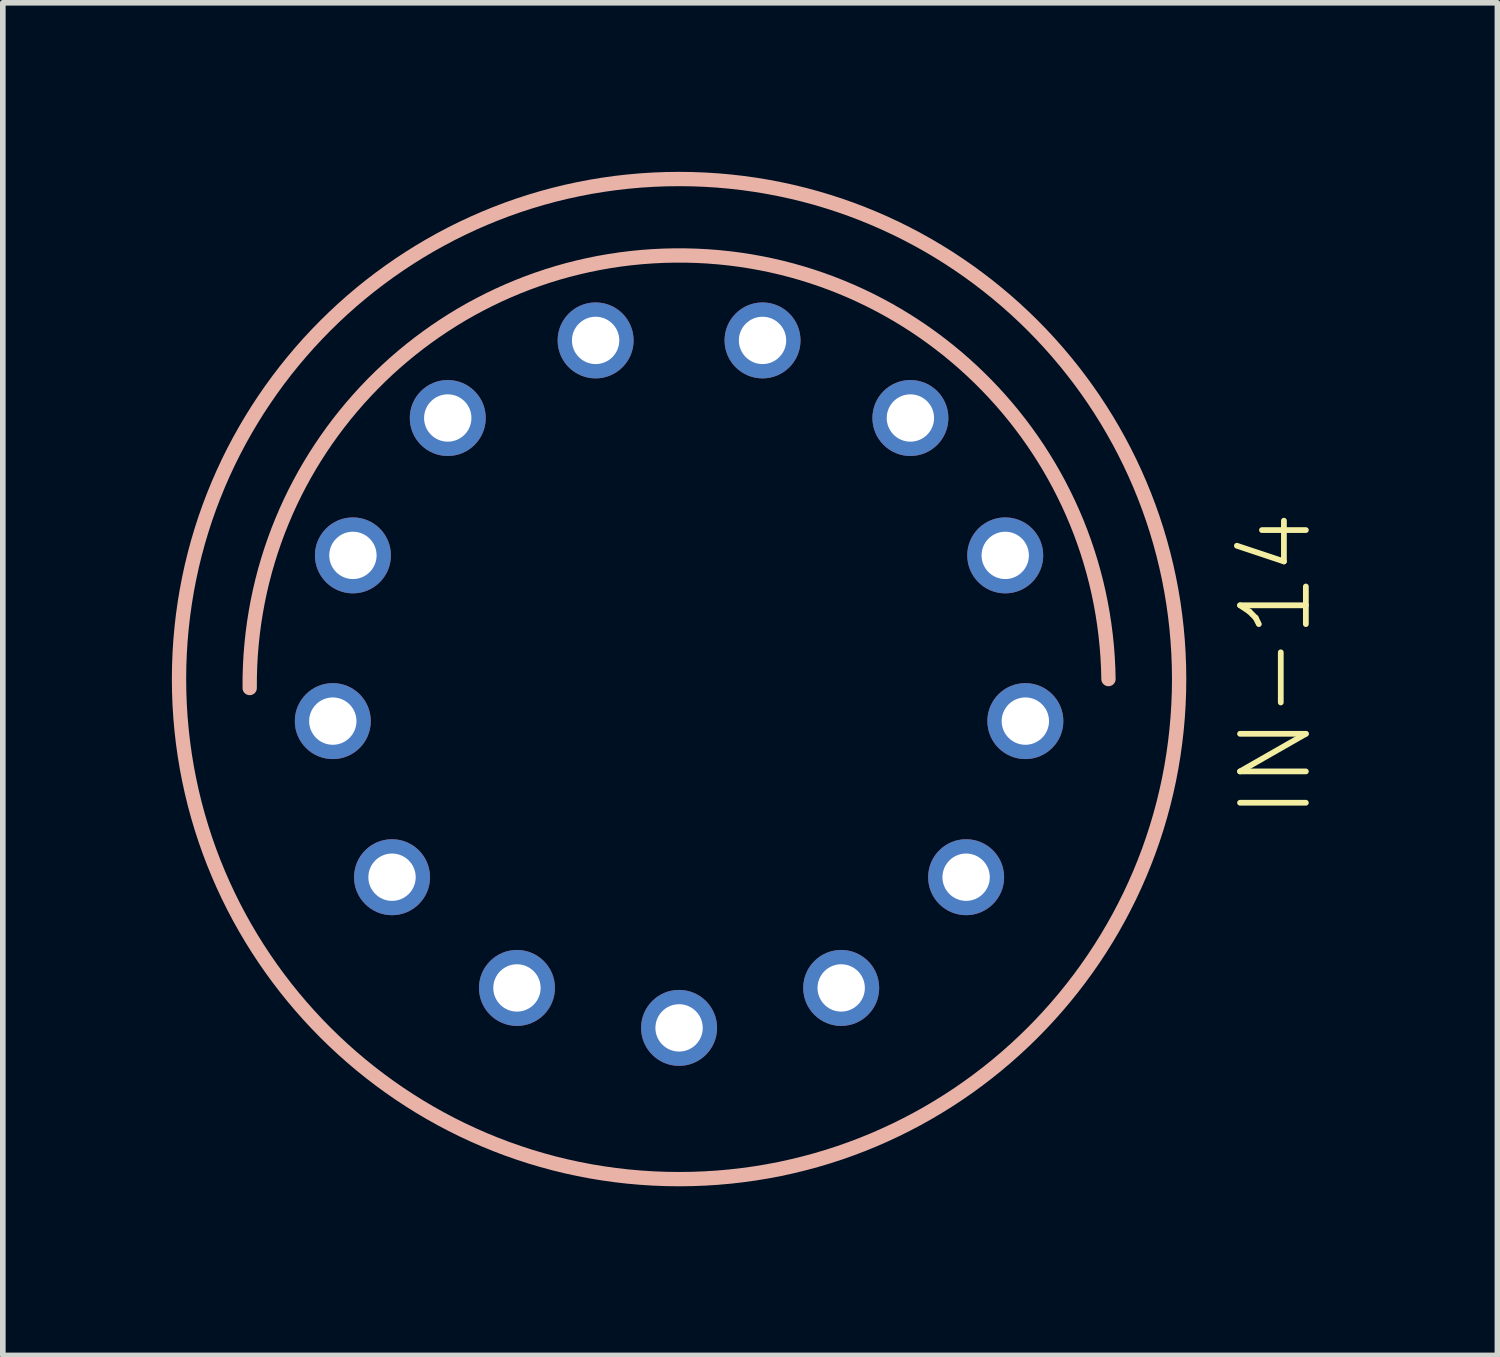
<source format=kicad_pcb>
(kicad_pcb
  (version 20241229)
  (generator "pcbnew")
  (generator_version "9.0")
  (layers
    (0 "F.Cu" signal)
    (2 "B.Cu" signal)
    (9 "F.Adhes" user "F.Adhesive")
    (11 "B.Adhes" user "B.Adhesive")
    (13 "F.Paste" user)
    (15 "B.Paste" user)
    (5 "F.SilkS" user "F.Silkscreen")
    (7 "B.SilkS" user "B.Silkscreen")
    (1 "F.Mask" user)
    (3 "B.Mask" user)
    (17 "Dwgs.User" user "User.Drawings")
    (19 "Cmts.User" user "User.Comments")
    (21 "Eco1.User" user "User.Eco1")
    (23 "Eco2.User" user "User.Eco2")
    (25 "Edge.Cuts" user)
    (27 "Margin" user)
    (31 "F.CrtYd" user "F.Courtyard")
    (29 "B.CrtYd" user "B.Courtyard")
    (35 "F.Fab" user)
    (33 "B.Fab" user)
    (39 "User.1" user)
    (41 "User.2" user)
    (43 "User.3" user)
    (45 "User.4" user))
  (footprint "IN-14"
    (layer "F.Cu")
    (at 9.001 9.001)
    (property "Reference" "IN-14" (at 11.271 2.54 90) (layer "F.SilkS") (effects (font (size 1.168 1.168) (thickness 0.102)) (justify left bottom)))
    (fp_arc (start -7.62 0.1588) (mid -0.079351 -7.540649) (end 7.6201 0) (stroke (width 0.254) (type solid)) (layer "B.SilkS"))
    (fp_circle (center 0 0) (end 8.874 0) (stroke (width 0.254) (type solid)) (fill no) (layer "B.SilkS"))
    (pad "0" thru_hole circle (at 5.094 3.516) (size 1.348 1.348) (drill 0.84) (layers "*.Cu" "*.Mask"))
    (pad "1" thru_hole circle (at -5.094 3.516) (size 1.348 1.348) (drill 0.84) (layers "*.Cu" "*.Mask"))
    (pad "2" thru_hole circle (at -6.145 0.746) (size 1.348 1.348) (drill 0.84) (layers "*.Cu" "*.Mask"))
    (pad "3" thru_hole circle (at -5.788 -2.195) (size 1.348 1.348) (drill 0.84) (layers "*.Cu" "*.Mask"))
    (pad "4" thru_hole circle (at -4.105 -4.633) (size 1.348 1.348) (drill 0.84) (layers "*.Cu" "*.Mask"))
    (pad "5" thru_hole circle (at -1.481 -6.01) (size 1.348 1.348) (drill 0.84) (layers "*.Cu" "*.Mask"))
    (pad "6" thru_hole circle (at 1.481 -6.01) (size 1.348 1.348) (drill 0.84) (layers "*.Cu" "*.Mask"))
    (pad "7" thru_hole circle (at 4.105 -4.633) (size 1.348 1.348) (drill 0.84) (layers "*.Cu" "*.Mask"))
    (pad "8" thru_hole circle (at 5.788 -2.195) (size 1.348 1.348) (drill 0.84) (layers "*.Cu" "*.Mask"))
    (pad "9" thru_hole circle (at 6.145 0.746) (size 1.348 1.348) (drill 0.84) (layers "*.Cu" "*.Mask"))
    (pad "A" thru_hole circle (at 0 6.19) (size 1.348 1.348) (drill 0.84) (layers "*.Cu" "*.Mask"))
    (pad "LHDP" thru_hole circle (at 2.877 5.481) (size 1.348 1.348) (drill 0.84) (layers "*.Cu" "*.Mask"))
    (pad "RHDP" thru_hole circle (at -2.877 5.481) (size 1.348 1.348) (drill 0.84) (layers "*.Cu" "*.Mask")))
  (gr_rect
    (start -3 -3)
    (end 23.523 21.003)
    (stroke (width 0.1) (type default))
    (fill no)
    (layer "Edge.Cuts")))
</source>
